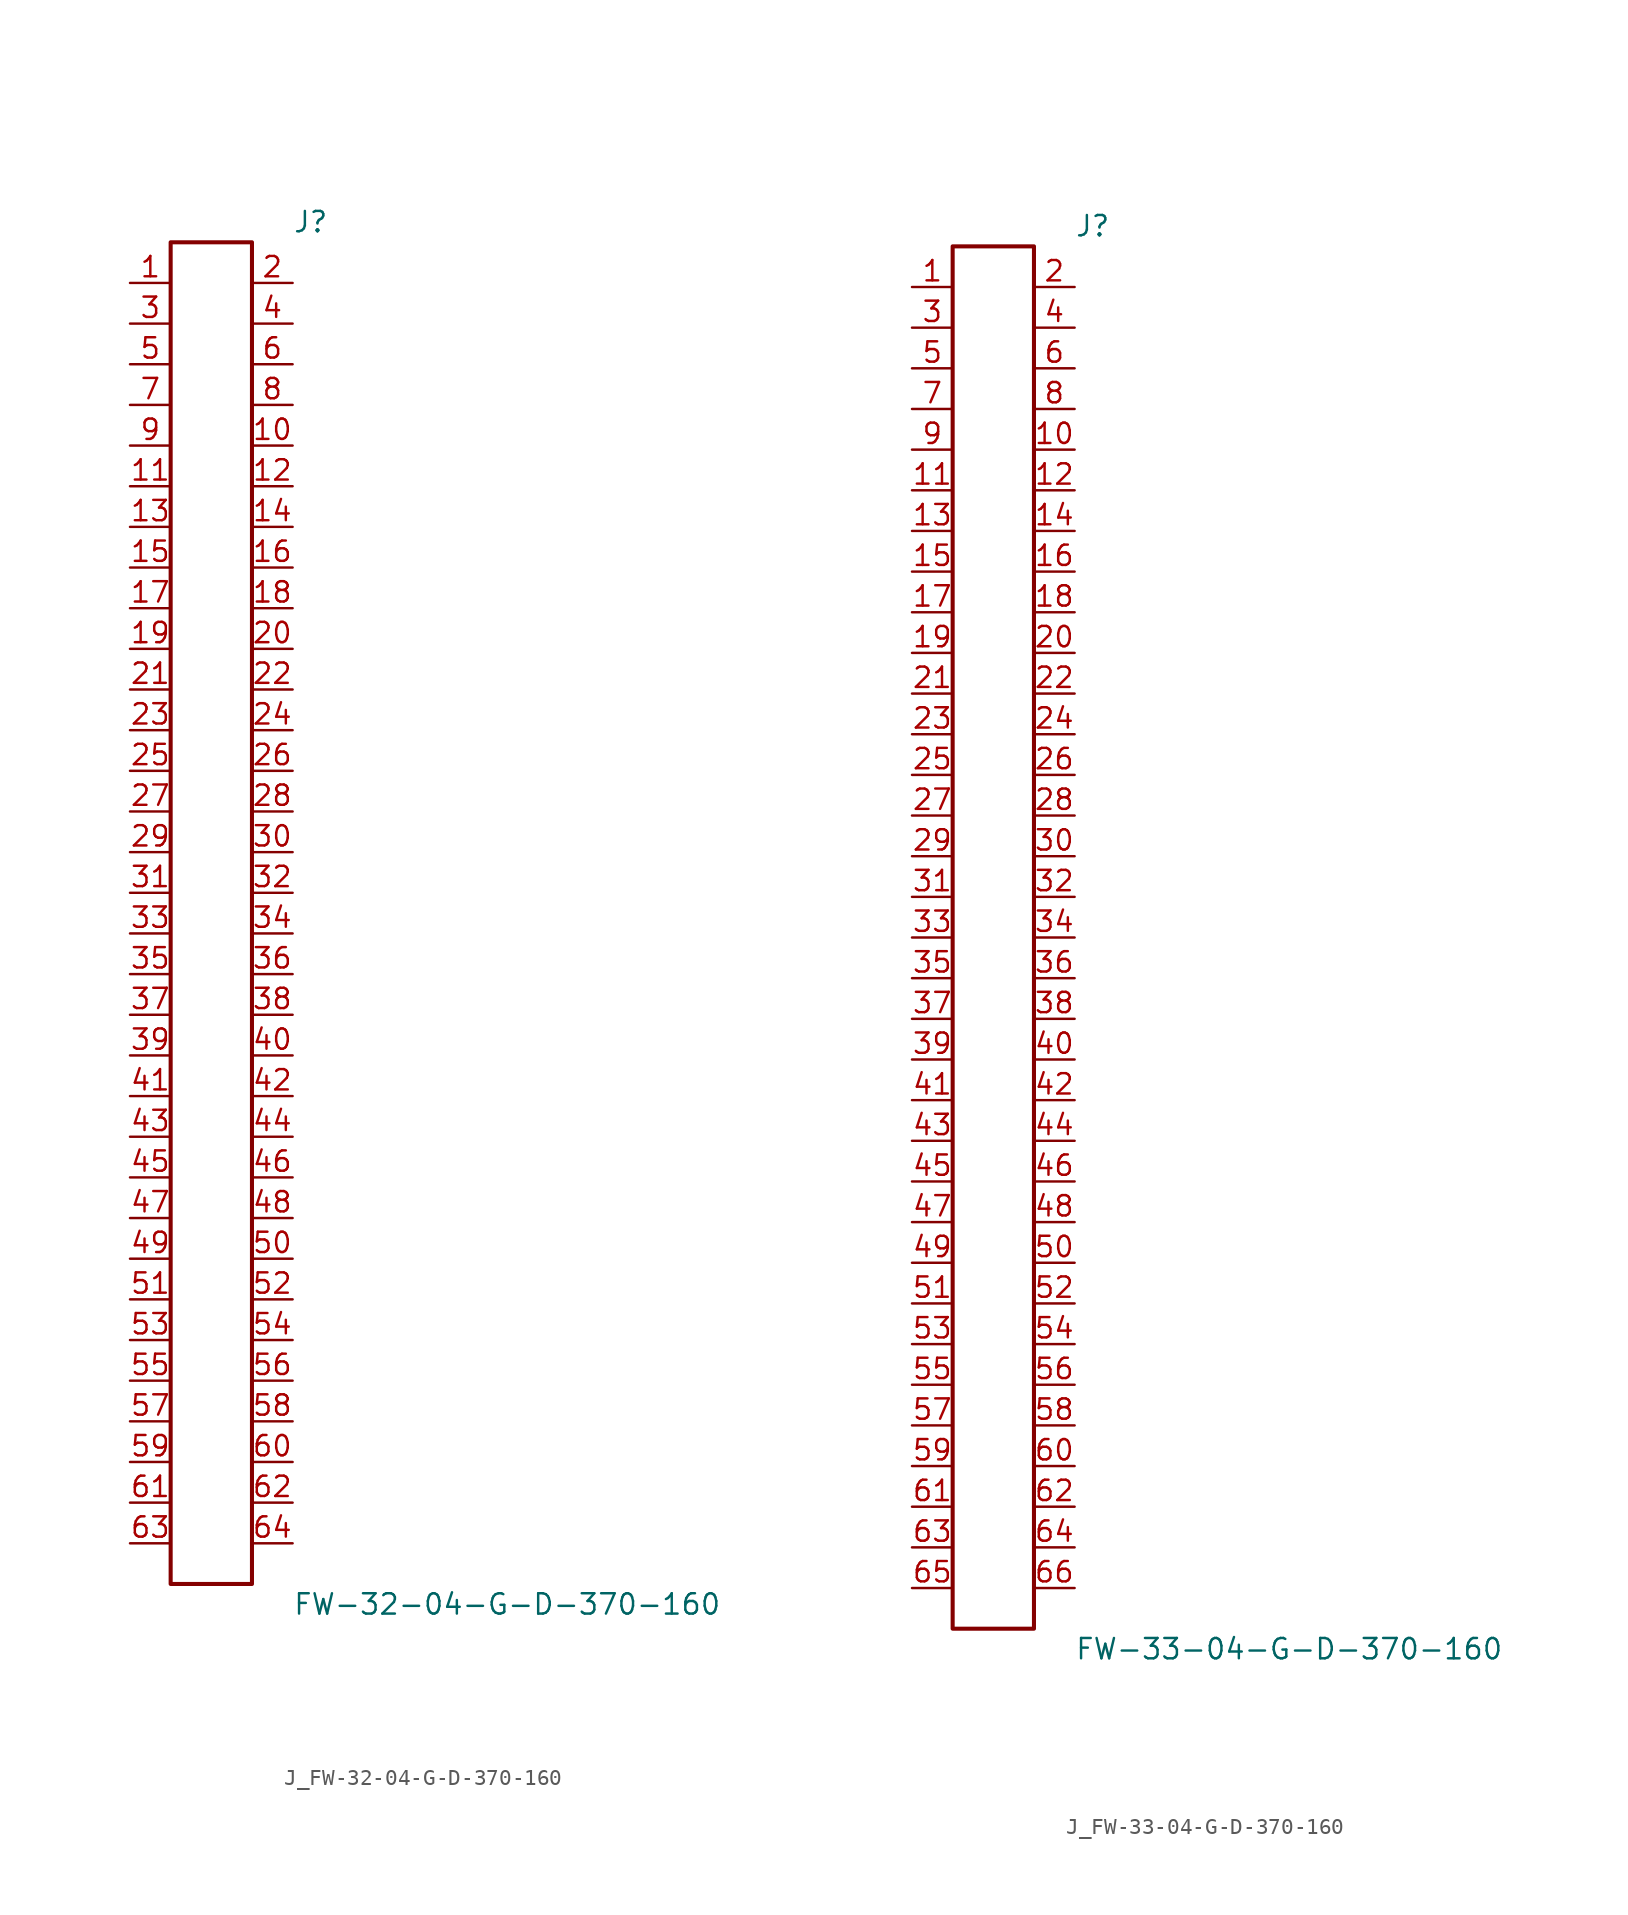
<source format=kicad_sym>
(kicad_symbol_lib
  (version 20231120)
  (generator kicad_symbol_editor)
  (generator_version 8.0)
  (symbol "J_FW-32-04-G-D-370-160"
    (pin_names
      (offset 0.254))
    (property "Reference" "J"
      (at 5.08 43.18 0)
      (effects (font (size 1.27 1.27)) (justify left)))
    (property "Value" "FW-32-04-G-D-370-160"
      (at 5.08 -43.18 0)
      (effects (font (size 1.27 1.27)) (justify left)))
    (symbol "J_FW-32-04-G-D-370-160_0_0"
      (pin unspecified line (at -5.08 39.37 0) (length 2.54) (name "" (effects (font (size 1.27 1.27)))) (number "1" (effects (font (size 1.27 1.27)))))
      (pin unspecified line (at 5.08 39.37 180) (length 2.54) (name "" (effects (font (size 1.27 1.27)))) (number "2" (effects (font (size 1.27 1.27)))))
      (pin unspecified line (at -5.08 36.83 0) (length 2.54) (name "" (effects (font (size 1.27 1.27)))) (number "3" (effects (font (size 1.27 1.27)))))
      (pin unspecified line (at 5.08 36.83 180) (length 2.54) (name "" (effects (font (size 1.27 1.27)))) (number "4" (effects (font (size 1.27 1.27)))))
      (pin unspecified line (at -5.08 34.29 0) (length 2.54) (name "" (effects (font (size 1.27 1.27)))) (number "5" (effects (font (size 1.27 1.27)))))
      (pin unspecified line (at 5.08 34.29 180) (length 2.54) (name "" (effects (font (size 1.27 1.27)))) (number "6" (effects (font (size 1.27 1.27)))))
      (pin unspecified line (at -5.08 31.75 0) (length 2.54) (name "" (effects (font (size 1.27 1.27)))) (number "7" (effects (font (size 1.27 1.27)))))
      (pin unspecified line (at 5.08 31.75 180) (length 2.54) (name "" (effects (font (size 1.27 1.27)))) (number "8" (effects (font (size 1.27 1.27)))))
      (pin unspecified line (at -5.08 29.21 0) (length 2.54) (name "" (effects (font (size 1.27 1.27)))) (number "9" (effects (font (size 1.27 1.27)))))
      (pin unspecified line (at 5.08 29.21 180) (length 2.54) (name "" (effects (font (size 1.27 1.27)))) (number "10" (effects (font (size 1.27 1.27)))))
      (pin unspecified line (at -5.08 26.67 0) (length 2.54) (name "" (effects (font (size 1.27 1.27)))) (number "11" (effects (font (size 1.27 1.27)))))
      (pin unspecified line (at 5.08 26.67 180) (length 2.54) (name "" (effects (font (size 1.27 1.27)))) (number "12" (effects (font (size 1.27 1.27)))))
      (pin unspecified line (at -5.08 24.13 0) (length 2.54) (name "" (effects (font (size 1.27 1.27)))) (number "13" (effects (font (size 1.27 1.27)))))
      (pin unspecified line (at 5.08 24.13 180) (length 2.54) (name "" (effects (font (size 1.27 1.27)))) (number "14" (effects (font (size 1.27 1.27)))))
      (pin unspecified line (at -5.08 21.59 0) (length 2.54) (name "" (effects (font (size 1.27 1.27)))) (number "15" (effects (font (size 1.27 1.27)))))
      (pin unspecified line (at 5.08 21.59 180) (length 2.54) (name "" (effects (font (size 1.27 1.27)))) (number "16" (effects (font (size 1.27 1.27)))))
      (pin unspecified line (at -5.08 19.05 0) (length 2.54) (name "" (effects (font (size 1.27 1.27)))) (number "17" (effects (font (size 1.27 1.27)))))
      (pin unspecified line (at 5.08 19.05 180) (length 2.54) (name "" (effects (font (size 1.27 1.27)))) (number "18" (effects (font (size 1.27 1.27)))))
      (pin unspecified line (at -5.08 16.51 0) (length 2.54) (name "" (effects (font (size 1.27 1.27)))) (number "19" (effects (font (size 1.27 1.27)))))
      (pin unspecified line (at 5.08 16.51 180) (length 2.54) (name "" (effects (font (size 1.27 1.27)))) (number "20" (effects (font (size 1.27 1.27)))))
      (pin unspecified line (at -5.08 13.97 0) (length 2.54) (name "" (effects (font (size 1.27 1.27)))) (number "21" (effects (font (size 1.27 1.27)))))
      (pin unspecified line (at 5.08 13.97 180) (length 2.54) (name "" (effects (font (size 1.27 1.27)))) (number "22" (effects (font (size 1.27 1.27)))))
      (pin unspecified line (at -5.08 11.43 0) (length 2.54) (name "" (effects (font (size 1.27 1.27)))) (number "23" (effects (font (size 1.27 1.27)))))
      (pin unspecified line (at 5.08 11.43 180) (length 2.54) (name "" (effects (font (size 1.27 1.27)))) (number "24" (effects (font (size 1.27 1.27)))))
      (pin unspecified line (at -5.08 8.89 0) (length 2.54) (name "" (effects (font (size 1.27 1.27)))) (number "25" (effects (font (size 1.27 1.27)))))
      (pin unspecified line (at 5.08 8.89 180) (length 2.54) (name "" (effects (font (size 1.27 1.27)))) (number "26" (effects (font (size 1.27 1.27)))))
      (pin unspecified line (at -5.08 6.35 0) (length 2.54) (name "" (effects (font (size 1.27 1.27)))) (number "27" (effects (font (size 1.27 1.27)))))
      (pin unspecified line (at 5.08 6.35 180) (length 2.54) (name "" (effects (font (size 1.27 1.27)))) (number "28" (effects (font (size 1.27 1.27)))))
      (pin unspecified line (at -5.08 3.81 0) (length 2.54) (name "" (effects (font (size 1.27 1.27)))) (number "29" (effects (font (size 1.27 1.27)))))
      (pin unspecified line (at 5.08 3.81 180) (length 2.54) (name "" (effects (font (size 1.27 1.27)))) (number "30" (effects (font (size 1.27 1.27)))))
      (pin unspecified line (at -5.08 1.27 0) (length 2.54) (name "" (effects (font (size 1.27 1.27)))) (number "31" (effects (font (size 1.27 1.27)))))
      (pin unspecified line (at 5.08 1.27 180) (length 2.54) (name "" (effects (font (size 1.27 1.27)))) (number "32" (effects (font (size 1.27 1.27)))))
      (pin unspecified line (at -5.08 -1.27 0) (length 2.54) (name "" (effects (font (size 1.27 1.27)))) (number "33" (effects (font (size 1.27 1.27)))))
      (pin unspecified line (at 5.08 -1.27 180) (length 2.54) (name "" (effects (font (size 1.27 1.27)))) (number "34" (effects (font (size 1.27 1.27)))))
      (pin unspecified line (at -5.08 -3.81 0) (length 2.54) (name "" (effects (font (size 1.27 1.27)))) (number "35" (effects (font (size 1.27 1.27)))))
      (pin unspecified line (at 5.08 -3.81 180) (length 2.54) (name "" (effects (font (size 1.27 1.27)))) (number "36" (effects (font (size 1.27 1.27)))))
      (pin unspecified line (at -5.08 -6.35 0) (length 2.54) (name "" (effects (font (size 1.27 1.27)))) (number "37" (effects (font (size 1.27 1.27)))))
      (pin unspecified line (at 5.08 -6.35 180) (length 2.54) (name "" (effects (font (size 1.27 1.27)))) (number "38" (effects (font (size 1.27 1.27)))))
      (pin unspecified line (at -5.08 -8.89 0) (length 2.54) (name "" (effects (font (size 1.27 1.27)))) (number "39" (effects (font (size 1.27 1.27)))))
      (pin unspecified line (at 5.08 -8.89 180) (length 2.54) (name "" (effects (font (size 1.27 1.27)))) (number "40" (effects (font (size 1.27 1.27)))))
      (pin unspecified line (at -5.08 -11.43 0) (length 2.54) (name "" (effects (font (size 1.27 1.27)))) (number "41" (effects (font (size 1.27 1.27)))))
      (pin unspecified line (at 5.08 -11.43 180) (length 2.54) (name "" (effects (font (size 1.27 1.27)))) (number "42" (effects (font (size 1.27 1.27)))))
      (pin unspecified line (at -5.08 -13.97 0) (length 2.54) (name "" (effects (font (size 1.27 1.27)))) (number "43" (effects (font (size 1.27 1.27)))))
      (pin unspecified line (at 5.08 -13.97 180) (length 2.54) (name "" (effects (font (size 1.27 1.27)))) (number "44" (effects (font (size 1.27 1.27)))))
      (pin unspecified line (at -5.08 -16.51 0) (length 2.54) (name "" (effects (font (size 1.27 1.27)))) (number "45" (effects (font (size 1.27 1.27)))))
      (pin unspecified line (at 5.08 -16.51 180) (length 2.54) (name "" (effects (font (size 1.27 1.27)))) (number "46" (effects (font (size 1.27 1.27)))))
      (pin unspecified line (at -5.08 -19.05 0) (length 2.54) (name "" (effects (font (size 1.27 1.27)))) (number "47" (effects (font (size 1.27 1.27)))))
      (pin unspecified line (at 5.08 -19.05 180) (length 2.54) (name "" (effects (font (size 1.27 1.27)))) (number "48" (effects (font (size 1.27 1.27)))))
      (pin unspecified line (at -5.08 -21.59 0) (length 2.54) (name "" (effects (font (size 1.27 1.27)))) (number "49" (effects (font (size 1.27 1.27)))))
      (pin unspecified line (at 5.08 -21.59 180) (length 2.54) (name "" (effects (font (size 1.27 1.27)))) (number "50" (effects (font (size 1.27 1.27)))))
      (pin unspecified line (at -5.08 -24.13 0) (length 2.54) (name "" (effects (font (size 1.27 1.27)))) (number "51" (effects (font (size 1.27 1.27)))))
      (pin unspecified line (at 5.08 -24.13 180) (length 2.54) (name "" (effects (font (size 1.27 1.27)))) (number "52" (effects (font (size 1.27 1.27)))))
      (pin unspecified line (at -5.08 -26.67 0) (length 2.54) (name "" (effects (font (size 1.27 1.27)))) (number "53" (effects (font (size 1.27 1.27)))))
      (pin unspecified line (at 5.08 -26.67 180) (length 2.54) (name "" (effects (font (size 1.27 1.27)))) (number "54" (effects (font (size 1.27 1.27)))))
      (pin unspecified line (at -5.08 -29.21 0) (length 2.54) (name "" (effects (font (size 1.27 1.27)))) (number "55" (effects (font (size 1.27 1.27)))))
      (pin unspecified line (at 5.08 -29.21 180) (length 2.54) (name "" (effects (font (size 1.27 1.27)))) (number "56" (effects (font (size 1.27 1.27)))))
      (pin unspecified line (at -5.08 -31.75 0) (length 2.54) (name "" (effects (font (size 1.27 1.27)))) (number "57" (effects (font (size 1.27 1.27)))))
      (pin unspecified line (at 5.08 -31.75 180) (length 2.54) (name "" (effects (font (size 1.27 1.27)))) (number "58" (effects (font (size 1.27 1.27)))))
      (pin unspecified line (at -5.08 -34.29 0) (length 2.54) (name "" (effects (font (size 1.27 1.27)))) (number "59" (effects (font (size 1.27 1.27)))))
      (pin unspecified line (at 5.08 -34.29 180) (length 2.54) (name "" (effects (font (size 1.27 1.27)))) (number "60" (effects (font (size 1.27 1.27)))))
      (pin unspecified line (at -5.08 -36.83 0) (length 2.54) (name "" (effects (font (size 1.27 1.27)))) (number "61" (effects (font (size 1.27 1.27)))))
      (pin unspecified line (at 5.08 -36.83 180) (length 2.54) (name "" (effects (font (size 1.27 1.27)))) (number "62" (effects (font (size 1.27 1.27)))))
      (pin unspecified line (at -5.08 -39.37 0) (length 2.54) (name "" (effects (font (size 1.27 1.27)))) (number "63" (effects (font (size 1.27 1.27)))))
      (pin unspecified line (at 5.08 -39.37 180) (length 2.54) (name "" (effects (font (size 1.27 1.27)))) (number "64" (effects (font (size 1.27 1.27))))))
    (symbol "J_FW-32-04-G-D-370-160_1_0"
      (rectangle (start -2.54 41.91) (end 2.54 -41.91) (stroke (width 0.254) (type solid)) (fill (type none)))))
  (symbol "J_FW-33-04-G-D-370-160"
    (pin_names
      (offset 0.254))
    (property "Reference" "J"
      (at 5.08 44.45 0)
      (effects (font (size 1.27 1.27)) (justify left)))
    (property "Value" "FW-33-04-G-D-370-160"
      (at 5.08 -44.45 0)
      (effects (font (size 1.27 1.27)) (justify left)))
    (symbol "J_FW-33-04-G-D-370-160_0_0"
      (pin unspecified line (at -5.08 40.64 0) (length 2.54) (name "" (effects (font (size 1.27 1.27)))) (number "1" (effects (font (size 1.27 1.27)))))
      (pin unspecified line (at 5.08 40.64 180) (length 2.54) (name "" (effects (font (size 1.27 1.27)))) (number "2" (effects (font (size 1.27 1.27)))))
      (pin unspecified line (at -5.08 38.1 0) (length 2.54) (name "" (effects (font (size 1.27 1.27)))) (number "3" (effects (font (size 1.27 1.27)))))
      (pin unspecified line (at 5.08 38.1 180) (length 2.54) (name "" (effects (font (size 1.27 1.27)))) (number "4" (effects (font (size 1.27 1.27)))))
      (pin unspecified line (at -5.08 35.56 0) (length 2.54) (name "" (effects (font (size 1.27 1.27)))) (number "5" (effects (font (size 1.27 1.27)))))
      (pin unspecified line (at 5.08 35.56 180) (length 2.54) (name "" (effects (font (size 1.27 1.27)))) (number "6" (effects (font (size 1.27 1.27)))))
      (pin unspecified line (at -5.08 33.02 0) (length 2.54) (name "" (effects (font (size 1.27 1.27)))) (number "7" (effects (font (size 1.27 1.27)))))
      (pin unspecified line (at 5.08 33.02 180) (length 2.54) (name "" (effects (font (size 1.27 1.27)))) (number "8" (effects (font (size 1.27 1.27)))))
      (pin unspecified line (at -5.08 30.48 0) (length 2.54) (name "" (effects (font (size 1.27 1.27)))) (number "9" (effects (font (size 1.27 1.27)))))
      (pin unspecified line (at 5.08 30.48 180) (length 2.54) (name "" (effects (font (size 1.27 1.27)))) (number "10" (effects (font (size 1.27 1.27)))))
      (pin unspecified line (at -5.08 27.94 0) (length 2.54) (name "" (effects (font (size 1.27 1.27)))) (number "11" (effects (font (size 1.27 1.27)))))
      (pin unspecified line (at 5.08 27.94 180) (length 2.54) (name "" (effects (font (size 1.27 1.27)))) (number "12" (effects (font (size 1.27 1.27)))))
      (pin unspecified line (at -5.08 25.4 0) (length 2.54) (name "" (effects (font (size 1.27 1.27)))) (number "13" (effects (font (size 1.27 1.27)))))
      (pin unspecified line (at 5.08 25.4 180) (length 2.54) (name "" (effects (font (size 1.27 1.27)))) (number "14" (effects (font (size 1.27 1.27)))))
      (pin unspecified line (at -5.08 22.86 0) (length 2.54) (name "" (effects (font (size 1.27 1.27)))) (number "15" (effects (font (size 1.27 1.27)))))
      (pin unspecified line (at 5.08 22.86 180) (length 2.54) (name "" (effects (font (size 1.27 1.27)))) (number "16" (effects (font (size 1.27 1.27)))))
      (pin unspecified line (at -5.08 20.32 0) (length 2.54) (name "" (effects (font (size 1.27 1.27)))) (number "17" (effects (font (size 1.27 1.27)))))
      (pin unspecified line (at 5.08 20.32 180) (length 2.54) (name "" (effects (font (size 1.27 1.27)))) (number "18" (effects (font (size 1.27 1.27)))))
      (pin unspecified line (at -5.08 17.78 0) (length 2.54) (name "" (effects (font (size 1.27 1.27)))) (number "19" (effects (font (size 1.27 1.27)))))
      (pin unspecified line (at 5.08 17.78 180) (length 2.54) (name "" (effects (font (size 1.27 1.27)))) (number "20" (effects (font (size 1.27 1.27)))))
      (pin unspecified line (at -5.08 15.24 0) (length 2.54) (name "" (effects (font (size 1.27 1.27)))) (number "21" (effects (font (size 1.27 1.27)))))
      (pin unspecified line (at 5.08 15.24 180) (length 2.54) (name "" (effects (font (size 1.27 1.27)))) (number "22" (effects (font (size 1.27 1.27)))))
      (pin unspecified line (at -5.08 12.7 0) (length 2.54) (name "" (effects (font (size 1.27 1.27)))) (number "23" (effects (font (size 1.27 1.27)))))
      (pin unspecified line (at 5.08 12.7 180) (length 2.54) (name "" (effects (font (size 1.27 1.27)))) (number "24" (effects (font (size 1.27 1.27)))))
      (pin unspecified line (at -5.08 10.16 0) (length 2.54) (name "" (effects (font (size 1.27 1.27)))) (number "25" (effects (font (size 1.27 1.27)))))
      (pin unspecified line (at 5.08 10.16 180) (length 2.54) (name "" (effects (font (size 1.27 1.27)))) (number "26" (effects (font (size 1.27 1.27)))))
      (pin unspecified line (at -5.08 7.62 0) (length 2.54) (name "" (effects (font (size 1.27 1.27)))) (number "27" (effects (font (size 1.27 1.27)))))
      (pin unspecified line (at 5.08 7.62 180) (length 2.54) (name "" (effects (font (size 1.27 1.27)))) (number "28" (effects (font (size 1.27 1.27)))))
      (pin unspecified line (at -5.08 5.08 0) (length 2.54) (name "" (effects (font (size 1.27 1.27)))) (number "29" (effects (font (size 1.27 1.27)))))
      (pin unspecified line (at 5.08 5.08 180) (length 2.54) (name "" (effects (font (size 1.27 1.27)))) (number "30" (effects (font (size 1.27 1.27)))))
      (pin unspecified line (at -5.08 2.54 0) (length 2.54) (name "" (effects (font (size 1.27 1.27)))) (number "31" (effects (font (size 1.27 1.27)))))
      (pin unspecified line (at 5.08 2.54 180) (length 2.54) (name "" (effects (font (size 1.27 1.27)))) (number "32" (effects (font (size 1.27 1.27)))))
      (pin unspecified line (at -5.08 0.0 0) (length 2.54) (name "" (effects (font (size 1.27 1.27)))) (number "33" (effects (font (size 1.27 1.27)))))
      (pin unspecified line (at 5.08 0.0 180) (length 2.54) (name "" (effects (font (size 1.27 1.27)))) (number "34" (effects (font (size 1.27 1.27)))))
      (pin unspecified line (at -5.08 -2.54 0) (length 2.54) (name "" (effects (font (size 1.27 1.27)))) (number "35" (effects (font (size 1.27 1.27)))))
      (pin unspecified line (at 5.08 -2.54 180) (length 2.54) (name "" (effects (font (size 1.27 1.27)))) (number "36" (effects (font (size 1.27 1.27)))))
      (pin unspecified line (at -5.08 -5.08 0) (length 2.54) (name "" (effects (font (size 1.27 1.27)))) (number "37" (effects (font (size 1.27 1.27)))))
      (pin unspecified line (at 5.08 -5.08 180) (length 2.54) (name "" (effects (font (size 1.27 1.27)))) (number "38" (effects (font (size 1.27 1.27)))))
      (pin unspecified line (at -5.08 -7.62 0) (length 2.54) (name "" (effects (font (size 1.27 1.27)))) (number "39" (effects (font (size 1.27 1.27)))))
      (pin unspecified line (at 5.08 -7.62 180) (length 2.54) (name "" (effects (font (size 1.27 1.27)))) (number "40" (effects (font (size 1.27 1.27)))))
      (pin unspecified line (at -5.08 -10.16 0) (length 2.54) (name "" (effects (font (size 1.27 1.27)))) (number "41" (effects (font (size 1.27 1.27)))))
      (pin unspecified line (at 5.08 -10.16 180) (length 2.54) (name "" (effects (font (size 1.27 1.27)))) (number "42" (effects (font (size 1.27 1.27)))))
      (pin unspecified line (at -5.08 -12.7 0) (length 2.54) (name "" (effects (font (size 1.27 1.27)))) (number "43" (effects (font (size 1.27 1.27)))))
      (pin unspecified line (at 5.08 -12.7 180) (length 2.54) (name "" (effects (font (size 1.27 1.27)))) (number "44" (effects (font (size 1.27 1.27)))))
      (pin unspecified line (at -5.08 -15.24 0) (length 2.54) (name "" (effects (font (size 1.27 1.27)))) (number "45" (effects (font (size 1.27 1.27)))))
      (pin unspecified line (at 5.08 -15.24 180) (length 2.54) (name "" (effects (font (size 1.27 1.27)))) (number "46" (effects (font (size 1.27 1.27)))))
      (pin unspecified line (at -5.08 -17.78 0) (length 2.54) (name "" (effects (font (size 1.27 1.27)))) (number "47" (effects (font (size 1.27 1.27)))))
      (pin unspecified line (at 5.08 -17.78 180) (length 2.54) (name "" (effects (font (size 1.27 1.27)))) (number "48" (effects (font (size 1.27 1.27)))))
      (pin unspecified line (at -5.08 -20.32 0) (length 2.54) (name "" (effects (font (size 1.27 1.27)))) (number "49" (effects (font (size 1.27 1.27)))))
      (pin unspecified line (at 5.08 -20.32 180) (length 2.54) (name "" (effects (font (size 1.27 1.27)))) (number "50" (effects (font (size 1.27 1.27)))))
      (pin unspecified line (at -5.08 -22.86 0) (length 2.54) (name "" (effects (font (size 1.27 1.27)))) (number "51" (effects (font (size 1.27 1.27)))))
      (pin unspecified line (at 5.08 -22.86 180) (length 2.54) (name "" (effects (font (size 1.27 1.27)))) (number "52" (effects (font (size 1.27 1.27)))))
      (pin unspecified line (at -5.08 -25.4 0) (length 2.54) (name "" (effects (font (size 1.27 1.27)))) (number "53" (effects (font (size 1.27 1.27)))))
      (pin unspecified line (at 5.08 -25.4 180) (length 2.54) (name "" (effects (font (size 1.27 1.27)))) (number "54" (effects (font (size 1.27 1.27)))))
      (pin unspecified line (at -5.08 -27.94 0) (length 2.54) (name "" (effects (font (size 1.27 1.27)))) (number "55" (effects (font (size 1.27 1.27)))))
      (pin unspecified line (at 5.08 -27.94 180) (length 2.54) (name "" (effects (font (size 1.27 1.27)))) (number "56" (effects (font (size 1.27 1.27)))))
      (pin unspecified line (at -5.08 -30.48 0) (length 2.54) (name "" (effects (font (size 1.27 1.27)))) (number "57" (effects (font (size 1.27 1.27)))))
      (pin unspecified line (at 5.08 -30.48 180) (length 2.54) (name "" (effects (font (size 1.27 1.27)))) (number "58" (effects (font (size 1.27 1.27)))))
      (pin unspecified line (at -5.08 -33.02 0) (length 2.54) (name "" (effects (font (size 1.27 1.27)))) (number "59" (effects (font (size 1.27 1.27)))))
      (pin unspecified line (at 5.08 -33.02 180) (length 2.54) (name "" (effects (font (size 1.27 1.27)))) (number "60" (effects (font (size 1.27 1.27)))))
      (pin unspecified line (at -5.08 -35.56 0) (length 2.54) (name "" (effects (font (size 1.27 1.27)))) (number "61" (effects (font (size 1.27 1.27)))))
      (pin unspecified line (at 5.08 -35.56 180) (length 2.54) (name "" (effects (font (size 1.27 1.27)))) (number "62" (effects (font (size 1.27 1.27)))))
      (pin unspecified line (at -5.08 -38.1 0) (length 2.54) (name "" (effects (font (size 1.27 1.27)))) (number "63" (effects (font (size 1.27 1.27)))))
      (pin unspecified line (at 5.08 -38.1 180) (length 2.54) (name "" (effects (font (size 1.27 1.27)))) (number "64" (effects (font (size 1.27 1.27)))))
      (pin unspecified line (at -5.08 -40.64 0) (length 2.54) (name "" (effects (font (size 1.27 1.27)))) (number "65" (effects (font (size 1.27 1.27)))))
      (pin unspecified line (at 5.08 -40.64 180) (length 2.54) (name "" (effects (font (size 1.27 1.27)))) (number "66" (effects (font (size 1.27 1.27))))))
    (symbol "J_FW-33-04-G-D-370-160_1_0"
      (rectangle (start -2.54 43.18) (end 2.54 -43.18) (stroke (width 0.254) (type solid)) (fill (type none))))))
</source>
